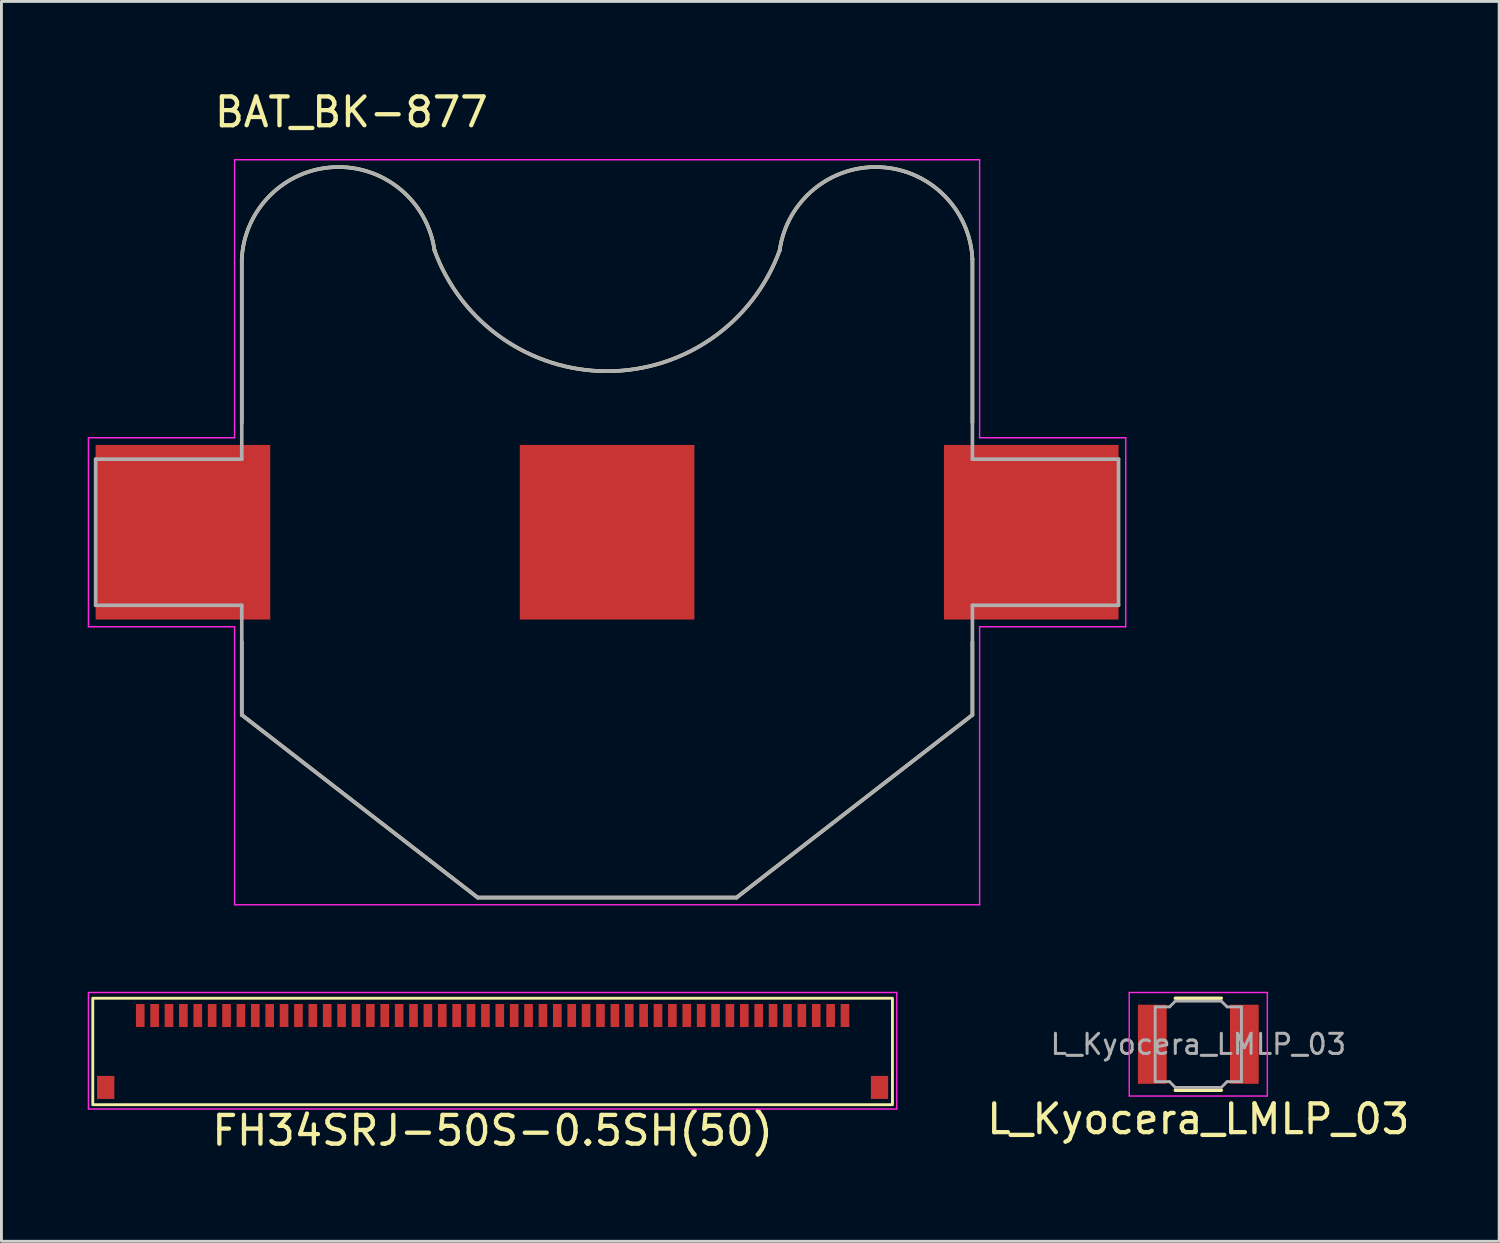
<source format=kicad_pcb>
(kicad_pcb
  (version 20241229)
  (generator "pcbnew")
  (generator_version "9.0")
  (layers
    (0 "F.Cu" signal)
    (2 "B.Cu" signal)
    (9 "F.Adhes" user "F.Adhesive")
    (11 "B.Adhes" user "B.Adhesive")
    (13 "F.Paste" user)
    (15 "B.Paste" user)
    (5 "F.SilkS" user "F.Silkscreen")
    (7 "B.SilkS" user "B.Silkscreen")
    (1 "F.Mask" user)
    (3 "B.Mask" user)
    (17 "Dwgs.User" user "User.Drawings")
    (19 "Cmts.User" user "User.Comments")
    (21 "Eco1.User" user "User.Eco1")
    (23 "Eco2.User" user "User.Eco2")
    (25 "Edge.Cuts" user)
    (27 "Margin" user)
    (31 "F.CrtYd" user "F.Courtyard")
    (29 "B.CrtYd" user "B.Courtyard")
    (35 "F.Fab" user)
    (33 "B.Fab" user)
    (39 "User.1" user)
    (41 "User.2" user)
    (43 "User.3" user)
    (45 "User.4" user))
  (footprint "L_Kyocera_LMLP_03"
    (layer "F.Cu")
    (at 38.608 33.253)
    (property "Reference" "L_Kyocera_LMLP_03" (at 0 2.6 0) (layer "F.SilkS") (effects (font (size 1 1) (thickness 0.15))))
    (attr smd)
    (fp_line (start -0.8 -1.6) (end 0.8 -1.6) (stroke (width 0.12) (type solid)) (layer "F.SilkS"))
    (fp_line (start -0.8 1.6) (end 0.8 1.6) (stroke (width 0.12) (type solid)) (layer "F.SilkS"))
    (fp_line (start -2.4 -1.8) (end -2.4 1.8) (stroke (width 0.05) (type solid)) (layer "F.CrtYd"))
    (fp_line (start -2.4 1.8) (end 2.4 1.8) (stroke (width 0.05) (type solid)) (layer "F.CrtYd"))
    (fp_line (start 2.4 -1.8) (end -2.4 -1.8) (stroke (width 0.05) (type solid)) (layer "F.CrtYd"))
    (fp_line (start 2.4 1.8) (end 2.4 -1.8) (stroke (width 0.05) (type solid)) (layer "F.CrtYd"))
    (fp_line (start -1.5 -1.3) (end -1.5 1.3) (stroke (width 0.1) (type solid)) (layer "F.Fab"))
    (fp_line (start -1.5 1.3) (end -1 1.3) (stroke (width 0.1) (type solid)) (layer "F.Fab"))
    (fp_line (start -1 -1.3) (end -1.5 -1.3) (stroke (width 0.1) (type solid)) (layer "F.Fab"))
    (fp_line (start -1 1.3) (end -0.8 1.5) (stroke (width 0.1) (type solid)) (layer "F.Fab"))
    (fp_line (start -0.8 -1.5) (end -1 -1.3) (stroke (width 0.1) (type solid)) (layer "F.Fab"))
    (fp_line (start -0.8 1.5) (end 0.8 1.5) (stroke (width 0.1) (type solid)) (layer "F.Fab"))
    (fp_line (start 0.8 -1.5) (end -0.8 -1.5) (stroke (width 0.1) (type solid)) (layer "F.Fab"))
    (fp_line (start 0.8 1.5) (end 1 1.3) (stroke (width 0.1) (type solid)) (layer "F.Fab"))
    (fp_line (start 1 -1.3) (end 0.8 -1.5) (stroke (width 0.1) (type solid)) (layer "F.Fab"))
    (fp_line (start 1 1.3) (end 1.5 1.3) (stroke (width 0.1) (type solid)) (layer "F.Fab"))
    (fp_line (start 1.5 -1.3) (end 1 -1.3) (stroke (width 0.1) (type solid)) (layer "F.Fab"))
    (fp_line (start 1.5 1.3) (end 1.5 -1.3) (stroke (width 0.1) (type solid)) (layer "F.Fab"))
    (fp_text user "${REFERENCE}" (at 0 0 0) (layer "F.Fab") (effects (font (size 0.7 0.7) (thickness 0.105))))
    (pad "1" smd rect (at -1.6 0) (size 1 2.75) (layers "F.Cu" "F.Mask" "F.Paste"))
    (pad "2" smd rect (at 1.6 0) (size 1 2.75) (layers "F.Cu" "F.Mask" "F.Paste")))
  (footprint "FH34SRJ-50S-0.5SH(50)"
    (layer "F.Cu")
    (at 14.075 32.253)
    (property "Reference" "FH34SRJ-50S-0.5SH(50)" (at 0 4 0) (layer "F.SilkS") (effects (font (size 1 1) (thickness 0.15))))
    (attr smd)
    (fp_rect (start -13.9 3.1) (end 13.9 -0.6) (stroke (width 0.1) (type default)) (fill no) (layer "F.SilkS"))
    (fp_line (start -14.05 -0.8) (end -14.05 3.25) (stroke (width 0.05) (type default)) (layer "F.CrtYd"))
    (fp_line (start -14.05 -0.8) (end 14.05 -0.8) (stroke (width 0.05) (type default)) (layer "F.CrtYd"))
    (fp_line (start -14.05 3.25) (end 14.05 3.25) (stroke (width 0.05) (type default)) (layer "F.CrtYd"))
    (fp_line (start 14.05 -0.8) (end 14.05 3.25) (stroke (width 0.05) (type default)) (layer "F.CrtYd"))
    (pad "0" smd rect (at -13.45 2.5) (size 0.6 0.8) (layers "F.Cu" "F.Mask" "F.Paste"))
    (pad "0" smd rect (at 13.45 2.5) (size 0.6 0.8) (layers "F.Cu" "F.Mask" "F.Paste"))
    (pad "1" smd rect (at -12.25 0) (size 0.3 0.8) (layers "F.Cu" "F.Mask" "F.Paste"))
    (pad "2" smd rect (at -11.75 0) (size 0.3 0.8) (layers "F.Cu" "F.Mask" "F.Paste"))
    (pad "3" smd rect (at -11.25 0) (size 0.3 0.8) (layers "F.Cu" "F.Mask" "F.Paste"))
    (pad "4" smd rect (at -10.75 0) (size 0.3 0.8) (layers "F.Cu" "F.Mask" "F.Paste"))
    (pad "5" smd rect (at -10.25 0) (size 0.3 0.8) (layers "F.Cu" "F.Mask" "F.Paste"))
    (pad "6" smd rect (at -9.75 0) (size 0.3 0.8) (layers "F.Cu" "F.Mask" "F.Paste"))
    (pad "7" smd rect (at -9.25 0) (size 0.3 0.8) (layers "F.Cu" "F.Mask" "F.Paste"))
    (pad "8" smd rect (at -8.75 0) (size 0.3 0.8) (layers "F.Cu" "F.Mask" "F.Paste"))
    (pad "9" smd rect (at -8.25 0) (size 0.3 0.8) (layers "F.Cu" "F.Mask" "F.Paste"))
    (pad "10" smd rect (at -7.75 0) (size 0.3 0.8) (layers "F.Cu" "F.Mask" "F.Paste"))
    (pad "11" smd rect (at -7.25 0) (size 0.3 0.8) (layers "F.Cu" "F.Mask" "F.Paste"))
    (pad "12" smd rect (at -6.75 0) (size 0.3 0.8) (layers "F.Cu" "F.Mask" "F.Paste"))
    (pad "13" smd rect (at -6.25 0) (size 0.3 0.8) (layers "F.Cu" "F.Mask" "F.Paste"))
    (pad "14" smd rect (at -5.75 0) (size 0.3 0.8) (layers "F.Cu" "F.Mask" "F.Paste"))
    (pad "15" smd rect (at -5.25 0) (size 0.3 0.8) (layers "F.Cu" "F.Mask" "F.Paste"))
    (pad "16" smd rect (at -4.75 0) (size 0.3 0.8) (layers "F.Cu" "F.Mask" "F.Paste"))
    (pad "17" smd rect (at -4.25 0) (size 0.3 0.8) (layers "F.Cu" "F.Mask" "F.Paste"))
    (pad "18" smd rect (at -3.75 0) (size 0.3 0.8) (layers "F.Cu" "F.Mask" "F.Paste"))
    (pad "19" smd rect (at -3.25 0) (size 0.3 0.8) (layers "F.Cu" "F.Mask" "F.Paste"))
    (pad "20" smd rect (at -2.75 0) (size 0.3 0.8) (layers "F.Cu" "F.Mask" "F.Paste"))
    (pad "21" smd rect (at -2.25 0) (size 0.3 0.8) (layers "F.Cu" "F.Mask" "F.Paste"))
    (pad "22" smd rect (at -1.75 0) (size 0.3 0.8) (layers "F.Cu" "F.Mask" "F.Paste"))
    (pad "23" smd rect (at -1.25 0) (size 0.3 0.8) (layers "F.Cu" "F.Mask" "F.Paste"))
    (pad "24" smd rect (at -0.75 0) (size 0.3 0.8) (layers "F.Cu" "F.Mask" "F.Paste"))
    (pad "25" smd rect (at -0.25 0) (size 0.3 0.8) (layers "F.Cu" "F.Mask" "F.Paste"))
    (pad "26" smd rect (at 0.25 0) (size 0.3 0.8) (layers "F.Cu" "F.Mask" "F.Paste"))
    (pad "27" smd rect (at 0.75 0) (size 0.3 0.8) (layers "F.Cu" "F.Mask" "F.Paste"))
    (pad "28" smd rect (at 1.25 0) (size 0.3 0.8) (layers "F.Cu" "F.Mask" "F.Paste"))
    (pad "29" smd rect (at 1.75 0) (size 0.3 0.8) (layers "F.Cu" "F.Mask" "F.Paste"))
    (pad "30" smd rect (at 2.25 0) (size 0.3 0.8) (layers "F.Cu" "F.Mask" "F.Paste"))
    (pad "31" smd rect (at 2.75 0) (size 0.3 0.8) (layers "F.Cu" "F.Mask" "F.Paste"))
    (pad "32" smd rect (at 3.25 0) (size 0.3 0.8) (layers "F.Cu" "F.Mask" "F.Paste"))
    (pad "33" smd rect (at 3.75 0) (size 0.3 0.8) (layers "F.Cu" "F.Mask" "F.Paste"))
    (pad "34" smd rect (at 4.25 0) (size 0.3 0.8) (layers "F.Cu" "F.Mask" "F.Paste"))
    (pad "35" smd rect (at 4.75 0) (size 0.3 0.8) (layers "F.Cu" "F.Mask" "F.Paste"))
    (pad "36" smd rect (at 5.25 0) (size 0.3 0.8) (layers "F.Cu" "F.Mask" "F.Paste"))
    (pad "37" smd rect (at 5.75 0) (size 0.3 0.8) (layers "F.Cu" "F.Mask" "F.Paste"))
    (pad "38" smd rect (at 6.25 0) (size 0.3 0.8) (layers "F.Cu" "F.Mask" "F.Paste"))
    (pad "39" smd rect (at 6.75 0) (size 0.3 0.8) (layers "F.Cu" "F.Mask" "F.Paste"))
    (pad "40" smd rect (at 7.25 0) (size 0.3 0.8) (layers "F.Cu" "F.Mask" "F.Paste"))
    (pad "41" smd rect (at 7.75 0) (size 0.3 0.8) (layers "F.Cu" "F.Mask" "F.Paste"))
    (pad "42" smd rect (at 8.25 0) (size 0.3 0.8) (layers "F.Cu" "F.Mask" "F.Paste"))
    (pad "43" smd rect (at 8.75 0) (size 0.3 0.8) (layers "F.Cu" "F.Mask" "F.Paste"))
    (pad "44" smd rect (at 9.25 0) (size 0.3 0.8) (layers "F.Cu" "F.Mask" "F.Paste"))
    (pad "45" smd rect (at 9.75 0) (size 0.3 0.8) (layers "F.Cu" "F.Mask" "F.Paste"))
    (pad "46" smd rect (at 10.25 0) (size 0.3 0.8) (layers "F.Cu" "F.Mask" "F.Paste"))
    (pad "47" smd rect (at 10.75 0) (size 0.3 0.8) (layers "F.Cu" "F.Mask" "F.Paste"))
    (pad "48" smd rect (at 11.25 0) (size 0.3 0.8) (layers "F.Cu" "F.Mask" "F.Paste"))
    (pad "49" smd rect (at 11.75 0) (size 0.3 0.8) (layers "F.Cu" "F.Mask" "F.Paste"))
    (pad "50" smd rect (at 12.25 0) (size 0.3 0.8) (layers "F.Cu" "F.Mask" "F.Paste")))
  (footprint "BAT_BK-877"
    (layer "F.Cu")
    (at 18.055 15.453)
    (property "Reference" "BAT_BK-877" (at -8.89 -14.605 0) (layer "F.SilkS") (effects (font (size 1 1) (thickness 0.15))))
    (attr smd)
    (fp_line (start -12.7 -9.5) (end -12.7 -3.81) (stroke (width 0.127) (type solid)) (layer "F.SilkS"))
    (fp_line (start -12.7 3.81) (end -12.7 6.35) (stroke (width 0.127) (type solid)) (layer "F.SilkS"))
    (fp_line (start -12.7 6.35) (end -4.5 12.7) (stroke (width 0.127) (type solid)) (layer "F.SilkS"))
    (fp_line (start -4.5 12.7) (end 4.5 12.7) (stroke (width 0.127) (type solid)) (layer "F.SilkS"))
    (fp_line (start 4.5 12.7) (end 12.7 6.35) (stroke (width 0.127) (type solid)) (layer "F.SilkS"))
    (fp_line (start 12.7 -3.81) (end 12.7 -9.5) (stroke (width 0.127) (type solid)) (layer "F.SilkS"))
    (fp_line (start 12.7 6.35) (end 12.7 3.81) (stroke (width 0.127) (type solid)) (layer "F.SilkS"))
    (fp_arc (start -12.7 -9.5) (mid -9.486251 -12.692926) (end -6.000001 -9.800001) (stroke (width 0.127) (type solid)) (layer "F.SilkS"))
    (fp_arc (start 6 -9.8) (mid 9.48625 -12.692926) (end 12.700001 -9.500001) (stroke (width 0.127) (type solid)) (layer "F.SilkS"))
    (fp_arc (start 6 -9.799999) (mid 0 -5.598754) (end -6 -9.8) (stroke (width 0.127) (type solid)) (layer "F.SilkS"))
    (fp_line (start -18.03 -3.285) (end -18.03 3.285) (stroke (width 0.05) (type solid)) (layer "F.CrtYd"))
    (fp_line (start -18.03 3.285) (end -12.95 3.285) (stroke (width 0.05) (type solid)) (layer "F.CrtYd"))
    (fp_line (start -12.95 -12.95) (end -12.95 -3.285) (stroke (width 0.05) (type solid)) (layer "F.CrtYd"))
    (fp_line (start -12.95 -3.285) (end -18.03 -3.285) (stroke (width 0.05) (type solid)) (layer "F.CrtYd"))
    (fp_line (start -12.95 3.285) (end -12.95 12.95) (stroke (width 0.05) (type solid)) (layer "F.CrtYd"))
    (fp_line (start -12.95 12.95) (end 12.95 12.95) (stroke (width 0.05) (type solid)) (layer "F.CrtYd"))
    (fp_line (start 12.95 -12.95) (end -12.95 -12.95) (stroke (width 0.05) (type solid)) (layer "F.CrtYd"))
    (fp_line (start 12.95 -3.285) (end 12.95 -12.95) (stroke (width 0.05) (type solid)) (layer "F.CrtYd"))
    (fp_line (start 12.95 3.285) (end 18.03 3.285) (stroke (width 0.05) (type solid)) (layer "F.CrtYd"))
    (fp_line (start 12.95 12.95) (end 12.95 3.285) (stroke (width 0.05) (type solid)) (layer "F.CrtYd"))
    (fp_line (start 18.03 -3.285) (end 12.95 -3.285) (stroke (width 0.05) (type solid)) (layer "F.CrtYd"))
    (fp_line (start 18.03 3.285) (end 18.03 -3.285) (stroke (width 0.05) (type solid)) (layer "F.CrtYd"))
    (fp_line (start -17.78 -2.54) (end -17.78 2.54) (stroke (width 0.127) (type solid)) (layer "F.Fab"))
    (fp_line (start -17.78 2.54) (end -12.7 2.54) (stroke (width 0.127) (type solid)) (layer "F.Fab"))
    (fp_line (start -12.7 -9.5) (end -12.7 -2.54) (stroke (width 0.127) (type solid)) (layer "F.Fab"))
    (fp_line (start -12.7 -2.54) (end -17.78 -2.54) (stroke (width 0.127) (type solid)) (layer "F.Fab"))
    (fp_line (start -12.7 2.54) (end -12.7 6.35) (stroke (width 0.127) (type solid)) (layer "F.Fab"))
    (fp_line (start -12.7 6.35) (end -4.5 12.7) (stroke (width 0.127) (type solid)) (layer "F.Fab"))
    (fp_line (start -4.5 12.7) (end 4.5 12.7) (stroke (width 0.127) (type solid)) (layer "F.Fab"))
    (fp_line (start 4.5 12.7) (end 12.7 6.35) (stroke (width 0.127) (type solid)) (layer "F.Fab"))
    (fp_line (start 12.7 -2.54) (end 12.7 -9.5) (stroke (width 0.127) (type solid)) (layer "F.Fab"))
    (fp_line (start 12.7 2.54) (end 17.78 2.54) (stroke (width 0.127) (type solid)) (layer "F.Fab"))
    (fp_line (start 12.7 6.35) (end 12.7 2.54) (stroke (width 0.127) (type solid)) (layer "F.Fab"))
    (fp_line (start 17.78 -2.54) (end 12.7 -2.54) (stroke (width 0.127) (type solid)) (layer "F.Fab"))
    (fp_line (start 17.78 2.54) (end 17.78 -2.54) (stroke (width 0.127) (type solid)) (layer "F.Fab"))
    (fp_arc (start -12.7 -9.5) (mid -9.486251 -12.692926) (end -6.000001 -9.800001) (stroke (width 0.127) (type solid)) (layer "F.Fab"))
    (fp_arc (start 6 -9.8) (mid 9.48625 -12.692926) (end 12.700001 -9.500001) (stroke (width 0.127) (type solid)) (layer "F.Fab"))
    (fp_arc (start 6 -9.799999) (mid 0 -5.598754) (end -6 -9.8) (stroke (width 0.127) (type solid)) (layer "F.Fab"))
    (pad "1" smd rect (at -14.745 0) (size 6.07 6.07) (layers "F.Cu" "F.Mask" "F.Paste"))
    (pad "1" smd rect (at 14.745 0) (size 6.07 6.07) (layers "F.Cu" "F.Mask" "F.Paste"))
    (pad "2" smd rect (at 0 0) (size 6.07 6.07) (layers "F.Cu" "F.Mask")))
  (gr_rect
    (start -3 -3)
    (end 49.067 40.102)
    (stroke (width 0.1) (type default))
    (fill no)
    (layer "Edge.Cuts")))
</source>
